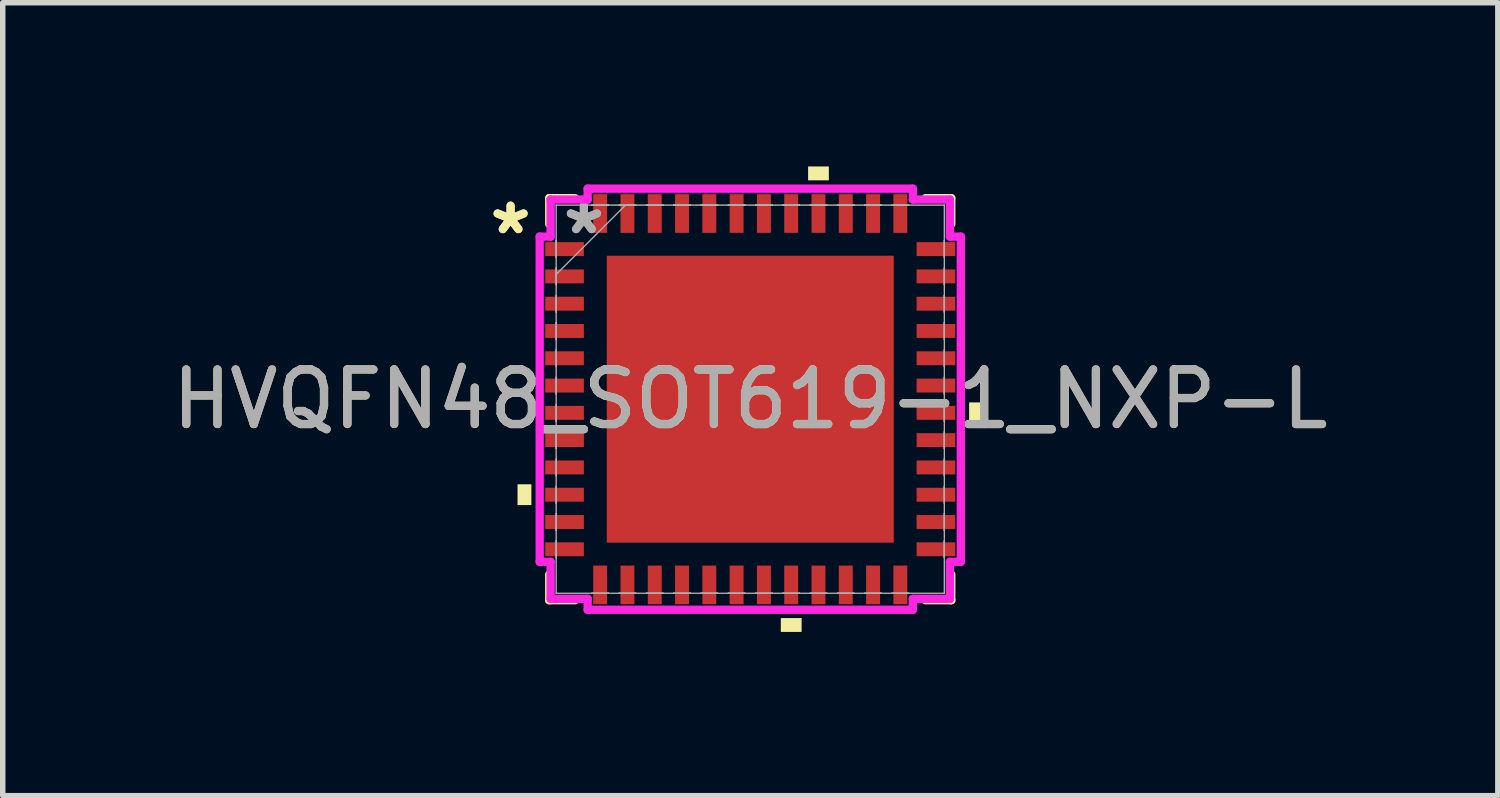
<source format=kicad_pcb>
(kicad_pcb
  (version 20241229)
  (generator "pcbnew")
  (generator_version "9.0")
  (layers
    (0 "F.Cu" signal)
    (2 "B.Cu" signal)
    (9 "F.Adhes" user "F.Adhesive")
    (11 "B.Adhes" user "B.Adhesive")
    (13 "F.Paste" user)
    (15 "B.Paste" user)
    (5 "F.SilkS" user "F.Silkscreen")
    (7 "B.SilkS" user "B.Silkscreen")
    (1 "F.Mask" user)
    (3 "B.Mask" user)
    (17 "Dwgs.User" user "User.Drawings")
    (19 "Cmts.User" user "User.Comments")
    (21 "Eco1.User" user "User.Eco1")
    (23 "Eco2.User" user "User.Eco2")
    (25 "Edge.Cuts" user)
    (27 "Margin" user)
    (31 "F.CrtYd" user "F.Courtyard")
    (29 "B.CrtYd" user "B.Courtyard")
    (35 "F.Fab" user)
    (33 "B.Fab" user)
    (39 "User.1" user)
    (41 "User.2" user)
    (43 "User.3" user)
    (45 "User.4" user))
  (footprint "HVQFN48_SOT619-1_NXP-L"
    (layer "F.Cu")
    (at 10.696 4.264)
    (property "Reference" "HVQFN48_SOT619-1_NXP-L" (at 0 0 0) (unlocked yes) (layer "F.SilkS") (effects (font (size 1 1) (thickness 0.15))))
    (attr smd)
    (fp_line (start -3.683 -3.683) (end -3.683 -3.21) (stroke (width 0.152) (type solid)) (layer "F.SilkS"))
    (fp_line (start -3.683 3.21) (end -3.683 3.683) (stroke (width 0.152) (type solid)) (layer "F.SilkS"))
    (fp_line (start -3.683 3.683) (end -3.21 3.683) (stroke (width 0.152) (type solid)) (layer "F.SilkS"))
    (fp_line (start -3.21 -3.683) (end -3.683 -3.683) (stroke (width 0.152) (type solid)) (layer "F.SilkS"))
    (fp_line (start 3.21 3.683) (end 3.683 3.683) (stroke (width 0.152) (type solid)) (layer "F.SilkS"))
    (fp_line (start 3.683 -3.683) (end 3.21 -3.683) (stroke (width 0.152) (type solid)) (layer "F.SilkS"))
    (fp_line (start 3.683 -3.21) (end 3.683 -3.683) (stroke (width 0.152) (type solid)) (layer "F.SilkS"))
    (fp_line (start 3.683 3.683) (end 3.683 3.21) (stroke (width 0.152) (type solid)) (layer "F.SilkS"))
    (fp_poly (pts (xy -4.264 1.559) (xy -4.264 1.94) (xy -4.01 1.94) (xy -4.01 1.559)) (stroke (width 0) (type solid)) (fill yes) (layer "F.SilkS"))
    (fp_poly (pts (xy 0.56 4.01) (xy 0.56 4.264) (xy 0.941 4.264) (xy 0.941 4.01)) (stroke (width 0) (type solid)) (fill yes) (layer "F.SilkS"))
    (fp_poly (pts (xy 1.06 -4.01) (xy 1.06 -4.264) (xy 1.44 -4.264) (xy 1.44 -4.01)) (stroke (width 0) (type solid)) (fill yes) (layer "F.SilkS"))
    (fp_poly (pts (xy 4.264 0.059) (xy 4.264 0.441) (xy 4.01 0.441) (xy 4.01 0.059)) (stroke (width 0) (type solid)) (fill yes) (layer "F.SilkS"))
    (fp_poly (pts (xy -2.529 -2.529) (xy -2.529 -1.414) (xy -1.414 -1.414) (xy -1.414 -2.529)) (stroke (width 0) (type solid)) (fill yes) (layer "F.Paste"))
    (fp_poly (pts (xy -2.529 -1.214) (xy -2.529 -0.1) (xy -1.414 -0.1) (xy -1.414 -1.214)) (stroke (width 0) (type solid)) (fill yes) (layer "F.Paste"))
    (fp_poly (pts (xy -2.529 0.1) (xy -2.529 1.214) (xy -1.414 1.214) (xy -1.414 0.1)) (stroke (width 0) (type solid)) (fill yes) (layer "F.Paste"))
    (fp_poly (pts (xy -2.529 1.414) (xy -2.529 2.529) (xy -1.414 2.529) (xy -1.414 1.414)) (stroke (width 0) (type solid)) (fill yes) (layer "F.Paste"))
    (fp_poly (pts (xy -1.214 -2.529) (xy -1.214 -1.414) (xy -0.1 -1.414) (xy -0.1 -2.529)) (stroke (width 0) (type solid)) (fill yes) (layer "F.Paste"))
    (fp_poly (pts (xy -1.214 -1.214) (xy -1.214 -0.1) (xy -0.1 -0.1) (xy -0.1 -1.214)) (stroke (width 0) (type solid)) (fill yes) (layer "F.Paste"))
    (fp_poly (pts (xy -1.214 0.1) (xy -1.214 1.214) (xy -0.1 1.214) (xy -0.1 0.1)) (stroke (width 0) (type solid)) (fill yes) (layer "F.Paste"))
    (fp_poly (pts (xy -1.214 1.414) (xy -1.214 2.529) (xy -0.1 2.529) (xy -0.1 1.414)) (stroke (width 0) (type solid)) (fill yes) (layer "F.Paste"))
    (fp_poly (pts (xy 0.1 -2.529) (xy 0.1 -1.414) (xy 1.214 -1.414) (xy 1.214 -2.529)) (stroke (width 0) (type solid)) (fill yes) (layer "F.Paste"))
    (fp_poly (pts (xy 0.1 -1.214) (xy 0.1 -0.1) (xy 1.214 -0.1) (xy 1.214 -1.214)) (stroke (width 0) (type solid)) (fill yes) (layer "F.Paste"))
    (fp_poly (pts (xy 0.1 0.1) (xy 0.1 1.214) (xy 1.214 1.214) (xy 1.214 0.1)) (stroke (width 0) (type solid)) (fill yes) (layer "F.Paste"))
    (fp_poly (pts (xy 0.1 1.414) (xy 0.1 2.529) (xy 1.214 2.529) (xy 1.214 1.414)) (stroke (width 0) (type solid)) (fill yes) (layer "F.Paste"))
    (fp_poly (pts (xy 1.414 -2.529) (xy 1.414 -1.414) (xy 2.529 -1.414) (xy 2.529 -2.529)) (stroke (width 0) (type solid)) (fill yes) (layer "F.Paste"))
    (fp_poly (pts (xy 1.414 -1.214) (xy 1.414 -0.1) (xy 2.529 -0.1) (xy 2.529 -1.214)) (stroke (width 0) (type solid)) (fill yes) (layer "F.Paste"))
    (fp_poly (pts (xy 1.414 0.1) (xy 1.414 1.214) (xy 2.529 1.214) (xy 2.529 0.1)) (stroke (width 0) (type solid)) (fill yes) (layer "F.Paste"))
    (fp_poly (pts (xy 1.414 1.414) (xy 1.414 2.529) (xy 2.529 2.529) (xy 2.529 1.414)) (stroke (width 0) (type solid)) (fill yes) (layer "F.Paste"))
    (fp_line (start -3.858 -2.979) (end -3.658 -2.979) (stroke (width 0.152) (type solid)) (layer "F.CrtYd"))
    (fp_line (start -3.858 2.979) (end -3.858 -2.979) (stroke (width 0.152) (type solid)) (layer "F.CrtYd"))
    (fp_line (start -3.658 -3.658) (end -2.979 -3.658) (stroke (width 0.152) (type solid)) (layer "F.CrtYd"))
    (fp_line (start -3.658 -2.979) (end -3.658 -3.658) (stroke (width 0.152) (type solid)) (layer "F.CrtYd"))
    (fp_line (start -3.658 2.979) (end -3.858 2.979) (stroke (width 0.152) (type solid)) (layer "F.CrtYd"))
    (fp_line (start -3.658 3.658) (end -3.658 2.979) (stroke (width 0.152) (type solid)) (layer "F.CrtYd"))
    (fp_line (start -2.979 -3.858) (end 2.979 -3.858) (stroke (width 0.152) (type solid)) (layer "F.CrtYd"))
    (fp_line (start -2.979 -3.658) (end -2.979 -3.858) (stroke (width 0.152) (type solid)) (layer "F.CrtYd"))
    (fp_line (start -2.979 3.658) (end -3.658 3.658) (stroke (width 0.152) (type solid)) (layer "F.CrtYd"))
    (fp_line (start -2.979 3.858) (end -2.979 3.658) (stroke (width 0.152) (type solid)) (layer "F.CrtYd"))
    (fp_line (start 2.979 -3.858) (end 2.979 -3.658) (stroke (width 0.152) (type solid)) (layer "F.CrtYd"))
    (fp_line (start 2.979 -3.658) (end 3.658 -3.658) (stroke (width 0.152) (type solid)) (layer "F.CrtYd"))
    (fp_line (start 2.979 3.658) (end 2.979 3.858) (stroke (width 0.152) (type solid)) (layer "F.CrtYd"))
    (fp_line (start 2.979 3.858) (end -2.979 3.858) (stroke (width 0.152) (type solid)) (layer "F.CrtYd"))
    (fp_line (start 3.658 -3.658) (end 3.658 -2.979) (stroke (width 0.152) (type solid)) (layer "F.CrtYd"))
    (fp_line (start 3.658 -2.979) (end 3.858 -2.979) (stroke (width 0.152) (type solid)) (layer "F.CrtYd"))
    (fp_line (start 3.658 2.979) (end 3.658 3.658) (stroke (width 0.152) (type solid)) (layer "F.CrtYd"))
    (fp_line (start 3.658 3.658) (end 2.979 3.658) (stroke (width 0.152) (type solid)) (layer "F.CrtYd"))
    (fp_line (start 3.858 -2.979) (end 3.858 2.979) (stroke (width 0.152) (type solid)) (layer "F.CrtYd"))
    (fp_line (start 3.858 2.979) (end 3.658 2.979) (stroke (width 0.152) (type solid)) (layer "F.CrtYd"))
    (fp_line (start -3.556 -3.556) (end -3.556 -3.556) (stroke (width 0.025) (type solid)) (layer "F.Fab"))
    (fp_line (start -3.556 -3.556) (end -3.556 3.556) (stroke (width 0.025) (type solid)) (layer "F.Fab"))
    (fp_line (start -3.556 -2.902) (end -3.556 -2.902) (stroke (width 0.025) (type solid)) (layer "F.Fab"))
    (fp_line (start -3.556 -2.902) (end -3.556 -2.598) (stroke (width 0.025) (type solid)) (layer "F.Fab"))
    (fp_line (start -3.556 -2.598) (end -3.556 -2.902) (stroke (width 0.025) (type solid)) (layer "F.Fab"))
    (fp_line (start -3.556 -2.598) (end -3.556 -2.598) (stroke (width 0.025) (type solid)) (layer "F.Fab"))
    (fp_line (start -3.556 -2.402) (end -3.556 -2.402) (stroke (width 0.025) (type solid)) (layer "F.Fab"))
    (fp_line (start -3.556 -2.402) (end -3.556 -2.098) (stroke (width 0.025) (type solid)) (layer "F.Fab"))
    (fp_line (start -3.556 -2.286) (end -2.286 -3.556) (stroke (width 0.025) (type solid)) (layer "F.Fab"))
    (fp_line (start -3.556 -2.098) (end -3.556 -2.402) (stroke (width 0.025) (type solid)) (layer "F.Fab"))
    (fp_line (start -3.556 -2.098) (end -3.556 -2.098) (stroke (width 0.025) (type solid)) (layer "F.Fab"))
    (fp_line (start -3.556 -1.902) (end -3.556 -1.902) (stroke (width 0.025) (type solid)) (layer "F.Fab"))
    (fp_line (start -3.556 -1.902) (end -3.556 -1.598) (stroke (width 0.025) (type solid)) (layer "F.Fab"))
    (fp_line (start -3.556 -1.598) (end -3.556 -1.902) (stroke (width 0.025) (type solid)) (layer "F.Fab"))
    (fp_line (start -3.556 -1.598) (end -3.556 -1.598) (stroke (width 0.025) (type solid)) (layer "F.Fab"))
    (fp_line (start -3.556 -1.402) (end -3.556 -1.402) (stroke (width 0.025) (type solid)) (layer "F.Fab"))
    (fp_line (start -3.556 -1.402) (end -3.556 -1.098) (stroke (width 0.025) (type solid)) (layer "F.Fab"))
    (fp_line (start -3.556 -1.098) (end -3.556 -1.402) (stroke (width 0.025) (type solid)) (layer "F.Fab"))
    (fp_line (start -3.556 -1.098) (end -3.556 -1.098) (stroke (width 0.025) (type solid)) (layer "F.Fab"))
    (fp_line (start -3.556 -0.902) (end -3.556 -0.902) (stroke (width 0.025) (type solid)) (layer "F.Fab"))
    (fp_line (start -3.556 -0.902) (end -3.556 -0.598) (stroke (width 0.025) (type solid)) (layer "F.Fab"))
    (fp_line (start -3.556 -0.598) (end -3.556 -0.902) (stroke (width 0.025) (type solid)) (layer "F.Fab"))
    (fp_line (start -3.556 -0.598) (end -3.556 -0.598) (stroke (width 0.025) (type solid)) (layer "F.Fab"))
    (fp_line (start -3.556 -0.402) (end -3.556 -0.402) (stroke (width 0.025) (type solid)) (layer "F.Fab"))
    (fp_line (start -3.556 -0.402) (end -3.556 -0.098) (stroke (width 0.025) (type solid)) (layer "F.Fab"))
    (fp_line (start -3.556 -0.098) (end -3.556 -0.402) (stroke (width 0.025) (type solid)) (layer "F.Fab"))
    (fp_line (start -3.556 -0.098) (end -3.556 -0.098) (stroke (width 0.025) (type solid)) (layer "F.Fab"))
    (fp_line (start -3.556 0.098) (end -3.556 0.098) (stroke (width 0.025) (type solid)) (layer "F.Fab"))
    (fp_line (start -3.556 0.098) (end -3.556 0.402) (stroke (width 0.025) (type solid)) (layer "F.Fab"))
    (fp_line (start -3.556 0.402) (end -3.556 0.098) (stroke (width 0.025) (type solid)) (layer "F.Fab"))
    (fp_line (start -3.556 0.402) (end -3.556 0.402) (stroke (width 0.025) (type solid)) (layer "F.Fab"))
    (fp_line (start -3.556 0.598) (end -3.556 0.598) (stroke (width 0.025) (type solid)) (layer "F.Fab"))
    (fp_line (start -3.556 0.598) (end -3.556 0.902) (stroke (width 0.025) (type solid)) (layer "F.Fab"))
    (fp_line (start -3.556 0.902) (end -3.556 0.598) (stroke (width 0.025) (type solid)) (layer "F.Fab"))
    (fp_line (start -3.556 0.902) (end -3.556 0.902) (stroke (width 0.025) (type solid)) (layer "F.Fab"))
    (fp_line (start -3.556 1.098) (end -3.556 1.098) (stroke (width 0.025) (type solid)) (layer "F.Fab"))
    (fp_line (start -3.556 1.098) (end -3.556 1.402) (stroke (width 0.025) (type solid)) (layer "F.Fab"))
    (fp_line (start -3.556 1.402) (end -3.556 1.098) (stroke (width 0.025) (type solid)) (layer "F.Fab"))
    (fp_line (start -3.556 1.402) (end -3.556 1.402) (stroke (width 0.025) (type solid)) (layer "F.Fab"))
    (fp_line (start -3.556 1.598) (end -3.556 1.598) (stroke (width 0.025) (type solid)) (layer "F.Fab"))
    (fp_line (start -3.556 1.598) (end -3.556 1.902) (stroke (width 0.025) (type solid)) (layer "F.Fab"))
    (fp_line (start -3.556 1.902) (end -3.556 1.598) (stroke (width 0.025) (type solid)) (layer "F.Fab"))
    (fp_line (start -3.556 1.902) (end -3.556 1.902) (stroke (width 0.025) (type solid)) (layer "F.Fab"))
    (fp_line (start -3.556 2.098) (end -3.556 2.098) (stroke (width 0.025) (type solid)) (layer "F.Fab"))
    (fp_line (start -3.556 2.098) (end -3.556 2.402) (stroke (width 0.025) (type solid)) (layer "F.Fab"))
    (fp_line (start -3.556 2.402) (end -3.556 2.098) (stroke (width 0.025) (type solid)) (layer "F.Fab"))
    (fp_line (start -3.556 2.402) (end -3.556 2.402) (stroke (width 0.025) (type solid)) (layer "F.Fab"))
    (fp_line (start -3.556 2.598) (end -3.556 2.598) (stroke (width 0.025) (type solid)) (layer "F.Fab"))
    (fp_line (start -3.556 2.598) (end -3.556 2.902) (stroke (width 0.025) (type solid)) (layer "F.Fab"))
    (fp_line (start -3.556 2.902) (end -3.556 2.598) (stroke (width 0.025) (type solid)) (layer "F.Fab"))
    (fp_line (start -3.556 2.902) (end -3.556 2.902) (stroke (width 0.025) (type solid)) (layer "F.Fab"))
    (fp_line (start -3.556 3.556) (end -3.556 3.556) (stroke (width 0.025) (type solid)) (layer "F.Fab"))
    (fp_line (start -3.556 3.556) (end 3.556 3.556) (stroke (width 0.025) (type solid)) (layer "F.Fab"))
    (fp_line (start -2.902 -3.556) (end -2.902 -3.556) (stroke (width 0.025) (type solid)) (layer "F.Fab"))
    (fp_line (start -2.902 -3.556) (end -2.598 -3.556) (stroke (width 0.025) (type solid)) (layer "F.Fab"))
    (fp_line (start -2.902 3.556) (end -2.902 3.556) (stroke (width 0.025) (type solid)) (layer "F.Fab"))
    (fp_line (start -2.902 3.556) (end -2.598 3.556) (stroke (width 0.025) (type solid)) (layer "F.Fab"))
    (fp_line (start -2.598 -3.556) (end -2.902 -3.556) (stroke (width 0.025) (type solid)) (layer "F.Fab"))
    (fp_line (start -2.598 -3.556) (end -2.598 -3.556) (stroke (width 0.025) (type solid)) (layer "F.Fab"))
    (fp_line (start -2.598 3.556) (end -2.902 3.556) (stroke (width 0.025) (type solid)) (layer "F.Fab"))
    (fp_line (start -2.598 3.556) (end -2.598 3.556) (stroke (width 0.025) (type solid)) (layer "F.Fab"))
    (fp_line (start -2.402 -3.556) (end -2.402 -3.556) (stroke (width 0.025) (type solid)) (layer "F.Fab"))
    (fp_line (start -2.402 -3.556) (end -2.098 -3.556) (stroke (width 0.025) (type solid)) (layer "F.Fab"))
    (fp_line (start -2.402 3.556) (end -2.402 3.556) (stroke (width 0.025) (type solid)) (layer "F.Fab"))
    (fp_line (start -2.402 3.556) (end -2.098 3.556) (stroke (width 0.025) (type solid)) (layer "F.Fab"))
    (fp_line (start -2.098 -3.556) (end -2.402 -3.556) (stroke (width 0.025) (type solid)) (layer "F.Fab"))
    (fp_line (start -2.098 -3.556) (end -2.098 -3.556) (stroke (width 0.025) (type solid)) (layer "F.Fab"))
    (fp_line (start -2.098 3.556) (end -2.402 3.556) (stroke (width 0.025) (type solid)) (layer "F.Fab"))
    (fp_line (start -2.098 3.556) (end -2.098 3.556) (stroke (width 0.025) (type solid)) (layer "F.Fab"))
    (fp_line (start -1.902 -3.556) (end -1.902 -3.556) (stroke (width 0.025) (type solid)) (layer "F.Fab"))
    (fp_line (start -1.902 -3.556) (end -1.598 -3.556) (stroke (width 0.025) (type solid)) (layer "F.Fab"))
    (fp_line (start -1.902 3.556) (end -1.902 3.556) (stroke (width 0.025) (type solid)) (layer "F.Fab"))
    (fp_line (start -1.902 3.556) (end -1.598 3.556) (stroke (width 0.025) (type solid)) (layer "F.Fab"))
    (fp_line (start -1.598 -3.556) (end -1.902 -3.556) (stroke (width 0.025) (type solid)) (layer "F.Fab"))
    (fp_line (start -1.598 -3.556) (end -1.598 -3.556) (stroke (width 0.025) (type solid)) (layer "F.Fab"))
    (fp_line (start -1.598 3.556) (end -1.902 3.556) (stroke (width 0.025) (type solid)) (layer "F.Fab"))
    (fp_line (start -1.598 3.556) (end -1.598 3.556) (stroke (width 0.025) (type solid)) (layer "F.Fab"))
    (fp_line (start -1.402 -3.556) (end -1.402 -3.556) (stroke (width 0.025) (type solid)) (layer "F.Fab"))
    (fp_line (start -1.402 -3.556) (end -1.098 -3.556) (stroke (width 0.025) (type solid)) (layer "F.Fab"))
    (fp_line (start -1.402 3.556) (end -1.402 3.556) (stroke (width 0.025) (type solid)) (layer "F.Fab"))
    (fp_line (start -1.402 3.556) (end -1.098 3.556) (stroke (width 0.025) (type solid)) (layer "F.Fab"))
    (fp_line (start -1.098 -3.556) (end -1.402 -3.556) (stroke (width 0.025) (type solid)) (layer "F.Fab"))
    (fp_line (start -1.098 -3.556) (end -1.098 -3.556) (stroke (width 0.025) (type solid)) (layer "F.Fab"))
    (fp_line (start -1.098 3.556) (end -1.402 3.556) (stroke (width 0.025) (type solid)) (layer "F.Fab"))
    (fp_line (start -1.098 3.556) (end -1.098 3.556) (stroke (width 0.025) (type solid)) (layer "F.Fab"))
    (fp_line (start -0.902 -3.556) (end -0.902 -3.556) (stroke (width 0.025) (type solid)) (layer "F.Fab"))
    (fp_line (start -0.902 -3.556) (end -0.598 -3.556) (stroke (width 0.025) (type solid)) (layer "F.Fab"))
    (fp_line (start -0.902 3.556) (end -0.902 3.556) (stroke (width 0.025) (type solid)) (layer "F.Fab"))
    (fp_line (start -0.902 3.556) (end -0.598 3.556) (stroke (width 0.025) (type solid)) (layer "F.Fab"))
    (fp_line (start -0.598 -3.556) (end -0.902 -3.556) (stroke (width 0.025) (type solid)) (layer "F.Fab"))
    (fp_line (start -0.598 -3.556) (end -0.598 -3.556) (stroke (width 0.025) (type solid)) (layer "F.Fab"))
    (fp_line (start -0.598 3.556) (end -0.902 3.556) (stroke (width 0.025) (type solid)) (layer "F.Fab"))
    (fp_line (start -0.598 3.556) (end -0.598 3.556) (stroke (width 0.025) (type solid)) (layer "F.Fab"))
    (fp_line (start -0.402 -3.556) (end -0.402 -3.556) (stroke (width 0.025) (type solid)) (layer "F.Fab"))
    (fp_line (start -0.402 -3.556) (end -0.098 -3.556) (stroke (width 0.025) (type solid)) (layer "F.Fab"))
    (fp_line (start -0.402 3.556) (end -0.402 3.556) (stroke (width 0.025) (type solid)) (layer "F.Fab"))
    (fp_line (start -0.402 3.556) (end -0.098 3.556) (stroke (width 0.025) (type solid)) (layer "F.Fab"))
    (fp_line (start -0.098 -3.556) (end -0.402 -3.556) (stroke (width 0.025) (type solid)) (layer "F.Fab"))
    (fp_line (start -0.098 -3.556) (end -0.098 -3.556) (stroke (width 0.025) (type solid)) (layer "F.Fab"))
    (fp_line (start -0.098 3.556) (end -0.402 3.556) (stroke (width 0.025) (type solid)) (layer "F.Fab"))
    (fp_line (start -0.098 3.556) (end -0.098 3.556) (stroke (width 0.025) (type solid)) (layer "F.Fab"))
    (fp_line (start 0.098 -3.556) (end 0.098 -3.556) (stroke (width 0.025) (type solid)) (layer "F.Fab"))
    (fp_line (start 0.098 -3.556) (end 0.402 -3.556) (stroke (width 0.025) (type solid)) (layer "F.Fab"))
    (fp_line (start 0.098 3.556) (end 0.098 3.556) (stroke (width 0.025) (type solid)) (layer "F.Fab"))
    (fp_line (start 0.098 3.556) (end 0.402 3.556) (stroke (width 0.025) (type solid)) (layer "F.Fab"))
    (fp_line (start 0.402 -3.556) (end 0.098 -3.556) (stroke (width 0.025) (type solid)) (layer "F.Fab"))
    (fp_line (start 0.402 -3.556) (end 0.402 -3.556) (stroke (width 0.025) (type solid)) (layer "F.Fab"))
    (fp_line (start 0.402 3.556) (end 0.098 3.556) (stroke (width 0.025) (type solid)) (layer "F.Fab"))
    (fp_line (start 0.402 3.556) (end 0.402 3.556) (stroke (width 0.025) (type solid)) (layer "F.Fab"))
    (fp_line (start 0.598 -3.556) (end 0.598 -3.556) (stroke (width 0.025) (type solid)) (layer "F.Fab"))
    (fp_line (start 0.598 -3.556) (end 0.902 -3.556) (stroke (width 0.025) (type solid)) (layer "F.Fab"))
    (fp_line (start 0.598 3.556) (end 0.598 3.556) (stroke (width 0.025) (type solid)) (layer "F.Fab"))
    (fp_line (start 0.598 3.556) (end 0.902 3.556) (stroke (width 0.025) (type solid)) (layer "F.Fab"))
    (fp_line (start 0.902 -3.556) (end 0.598 -3.556) (stroke (width 0.025) (type solid)) (layer "F.Fab"))
    (fp_line (start 0.902 -3.556) (end 0.902 -3.556) (stroke (width 0.025) (type solid)) (layer "F.Fab"))
    (fp_line (start 0.902 3.556) (end 0.598 3.556) (stroke (width 0.025) (type solid)) (layer "F.Fab"))
    (fp_line (start 0.902 3.556) (end 0.902 3.556) (stroke (width 0.025) (type solid)) (layer "F.Fab"))
    (fp_line (start 1.098 -3.556) (end 1.098 -3.556) (stroke (width 0.025) (type solid)) (layer "F.Fab"))
    (fp_line (start 1.098 -3.556) (end 1.402 -3.556) (stroke (width 0.025) (type solid)) (layer "F.Fab"))
    (fp_line (start 1.098 3.556) (end 1.098 3.556) (stroke (width 0.025) (type solid)) (layer "F.Fab"))
    (fp_line (start 1.098 3.556) (end 1.402 3.556) (stroke (width 0.025) (type solid)) (layer "F.Fab"))
    (fp_line (start 1.402 -3.556) (end 1.098 -3.556) (stroke (width 0.025) (type solid)) (layer "F.Fab"))
    (fp_line (start 1.402 -3.556) (end 1.402 -3.556) (stroke (width 0.025) (type solid)) (layer "F.Fab"))
    (fp_line (start 1.402 3.556) (end 1.098 3.556) (stroke (width 0.025) (type solid)) (layer "F.Fab"))
    (fp_line (start 1.402 3.556) (end 1.402 3.556) (stroke (width 0.025) (type solid)) (layer "F.Fab"))
    (fp_line (start 1.598 -3.556) (end 1.598 -3.556) (stroke (width 0.025) (type solid)) (layer "F.Fab"))
    (fp_line (start 1.598 -3.556) (end 1.902 -3.556) (stroke (width 0.025) (type solid)) (layer "F.Fab"))
    (fp_line (start 1.598 3.556) (end 1.598 3.556) (stroke (width 0.025) (type solid)) (layer "F.Fab"))
    (fp_line (start 1.598 3.556) (end 1.902 3.556) (stroke (width 0.025) (type solid)) (layer "F.Fab"))
    (fp_line (start 1.902 -3.556) (end 1.598 -3.556) (stroke (width 0.025) (type solid)) (layer "F.Fab"))
    (fp_line (start 1.902 -3.556) (end 1.902 -3.556) (stroke (width 0.025) (type solid)) (layer "F.Fab"))
    (fp_line (start 1.902 3.556) (end 1.598 3.556) (stroke (width 0.025) (type solid)) (layer "F.Fab"))
    (fp_line (start 1.902 3.556) (end 1.902 3.556) (stroke (width 0.025) (type solid)) (layer "F.Fab"))
    (fp_line (start 2.098 -3.556) (end 2.098 -3.556) (stroke (width 0.025) (type solid)) (layer "F.Fab"))
    (fp_line (start 2.098 -3.556) (end 2.402 -3.556) (stroke (width 0.025) (type solid)) (layer "F.Fab"))
    (fp_line (start 2.098 3.556) (end 2.098 3.556) (stroke (width 0.025) (type solid)) (layer "F.Fab"))
    (fp_line (start 2.098 3.556) (end 2.402 3.556) (stroke (width 0.025) (type solid)) (layer "F.Fab"))
    (fp_line (start 2.402 -3.556) (end 2.098 -3.556) (stroke (width 0.025) (type solid)) (layer "F.Fab"))
    (fp_line (start 2.402 -3.556) (end 2.402 -3.556) (stroke (width 0.025) (type solid)) (layer "F.Fab"))
    (fp_line (start 2.402 3.556) (end 2.098 3.556) (stroke (width 0.025) (type solid)) (layer "F.Fab"))
    (fp_line (start 2.402 3.556) (end 2.402 3.556) (stroke (width 0.025) (type solid)) (layer "F.Fab"))
    (fp_line (start 2.598 -3.556) (end 2.598 -3.556) (stroke (width 0.025) (type solid)) (layer "F.Fab"))
    (fp_line (start 2.598 -3.556) (end 2.902 -3.556) (stroke (width 0.025) (type solid)) (layer "F.Fab"))
    (fp_line (start 2.598 3.556) (end 2.598 3.556) (stroke (width 0.025) (type solid)) (layer "F.Fab"))
    (fp_line (start 2.598 3.556) (end 2.902 3.556) (stroke (width 0.025) (type solid)) (layer "F.Fab"))
    (fp_line (start 2.902 -3.556) (end 2.598 -3.556) (stroke (width 0.025) (type solid)) (layer "F.Fab"))
    (fp_line (start 2.902 -3.556) (end 2.902 -3.556) (stroke (width 0.025) (type solid)) (layer "F.Fab"))
    (fp_line (start 2.902 3.556) (end 2.598 3.556) (stroke (width 0.025) (type solid)) (layer "F.Fab"))
    (fp_line (start 2.902 3.556) (end 2.902 3.556) (stroke (width 0.025) (type solid)) (layer "F.Fab"))
    (fp_line (start 3.556 -3.556) (end -3.556 -3.556) (stroke (width 0.025) (type solid)) (layer "F.Fab"))
    (fp_line (start 3.556 -3.556) (end 3.556 -3.556) (stroke (width 0.025) (type solid)) (layer "F.Fab"))
    (fp_line (start 3.556 -2.902) (end 3.556 -2.902) (stroke (width 0.025) (type solid)) (layer "F.Fab"))
    (fp_line (start 3.556 -2.902) (end 3.556 -2.598) (stroke (width 0.025) (type solid)) (layer "F.Fab"))
    (fp_line (start 3.556 -2.598) (end 3.556 -2.902) (stroke (width 0.025) (type solid)) (layer "F.Fab"))
    (fp_line (start 3.556 -2.598) (end 3.556 -2.598) (stroke (width 0.025) (type solid)) (layer "F.Fab"))
    (fp_line (start 3.556 -2.402) (end 3.556 -2.402) (stroke (width 0.025) (type solid)) (layer "F.Fab"))
    (fp_line (start 3.556 -2.402) (end 3.556 -2.098) (stroke (width 0.025) (type solid)) (layer "F.Fab"))
    (fp_line (start 3.556 -2.098) (end 3.556 -2.402) (stroke (width 0.025) (type solid)) (layer "F.Fab"))
    (fp_line (start 3.556 -2.098) (end 3.556 -2.098) (stroke (width 0.025) (type solid)) (layer "F.Fab"))
    (fp_line (start 3.556 -1.902) (end 3.556 -1.902) (stroke (width 0.025) (type solid)) (layer "F.Fab"))
    (fp_line (start 3.556 -1.902) (end 3.556 -1.598) (stroke (width 0.025) (type solid)) (layer "F.Fab"))
    (fp_line (start 3.556 -1.598) (end 3.556 -1.902) (stroke (width 0.025) (type solid)) (layer "F.Fab"))
    (fp_line (start 3.556 -1.598) (end 3.556 -1.598) (stroke (width 0.025) (type solid)) (layer "F.Fab"))
    (fp_line (start 3.556 -1.402) (end 3.556 -1.402) (stroke (width 0.025) (type solid)) (layer "F.Fab"))
    (fp_line (start 3.556 -1.402) (end 3.556 -1.098) (stroke (width 0.025) (type solid)) (layer "F.Fab"))
    (fp_line (start 3.556 -1.098) (end 3.556 -1.402) (stroke (width 0.025) (type solid)) (layer "F.Fab"))
    (fp_line (start 3.556 -1.098) (end 3.556 -1.098) (stroke (width 0.025) (type solid)) (layer "F.Fab"))
    (fp_line (start 3.556 -0.902) (end 3.556 -0.902) (stroke (width 0.025) (type solid)) (layer "F.Fab"))
    (fp_line (start 3.556 -0.902) (end 3.556 -0.598) (stroke (width 0.025) (type solid)) (layer "F.Fab"))
    (fp_line (start 3.556 -0.598) (end 3.556 -0.902) (stroke (width 0.025) (type solid)) (layer "F.Fab"))
    (fp_line (start 3.556 -0.598) (end 3.556 -0.598) (stroke (width 0.025) (type solid)) (layer "F.Fab"))
    (fp_line (start 3.556 -0.402) (end 3.556 -0.402) (stroke (width 0.025) (type solid)) (layer "F.Fab"))
    (fp_line (start 3.556 -0.402) (end 3.556 -0.098) (stroke (width 0.025) (type solid)) (layer "F.Fab"))
    (fp_line (start 3.556 -0.098) (end 3.556 -0.402) (stroke (width 0.025) (type solid)) (layer "F.Fab"))
    (fp_line (start 3.556 -0.098) (end 3.556 -0.098) (stroke (width 0.025) (type solid)) (layer "F.Fab"))
    (fp_line (start 3.556 0.098) (end 3.556 0.098) (stroke (width 0.025) (type solid)) (layer "F.Fab"))
    (fp_line (start 3.556 0.098) (end 3.556 0.402) (stroke (width 0.025) (type solid)) (layer "F.Fab"))
    (fp_line (start 3.556 0.402) (end 3.556 0.098) (stroke (width 0.025) (type solid)) (layer "F.Fab"))
    (fp_line (start 3.556 0.402) (end 3.556 0.402) (stroke (width 0.025) (type solid)) (layer "F.Fab"))
    (fp_line (start 3.556 0.598) (end 3.556 0.598) (stroke (width 0.025) (type solid)) (layer "F.Fab"))
    (fp_line (start 3.556 0.598) (end 3.556 0.902) (stroke (width 0.025) (type solid)) (layer "F.Fab"))
    (fp_line (start 3.556 0.902) (end 3.556 0.598) (stroke (width 0.025) (type solid)) (layer "F.Fab"))
    (fp_line (start 3.556 0.902) (end 3.556 0.902) (stroke (width 0.025) (type solid)) (layer "F.Fab"))
    (fp_line (start 3.556 1.098) (end 3.556 1.098) (stroke (width 0.025) (type solid)) (layer "F.Fab"))
    (fp_line (start 3.556 1.098) (end 3.556 1.402) (stroke (width 0.025) (type solid)) (layer "F.Fab"))
    (fp_line (start 3.556 1.402) (end 3.556 1.098) (stroke (width 0.025) (type solid)) (layer "F.Fab"))
    (fp_line (start 3.556 1.402) (end 3.556 1.402) (stroke (width 0.025) (type solid)) (layer "F.Fab"))
    (fp_line (start 3.556 1.598) (end 3.556 1.598) (stroke (width 0.025) (type solid)) (layer "F.Fab"))
    (fp_line (start 3.556 1.598) (end 3.556 1.902) (stroke (width 0.025) (type solid)) (layer "F.Fab"))
    (fp_line (start 3.556 1.902) (end 3.556 1.598) (stroke (width 0.025) (type solid)) (layer "F.Fab"))
    (fp_line (start 3.556 1.902) (end 3.556 1.902) (stroke (width 0.025) (type solid)) (layer "F.Fab"))
    (fp_line (start 3.556 2.098) (end 3.556 2.098) (stroke (width 0.025) (type solid)) (layer "F.Fab"))
    (fp_line (start 3.556 2.098) (end 3.556 2.402) (stroke (width 0.025) (type solid)) (layer "F.Fab"))
    (fp_line (start 3.556 2.402) (end 3.556 2.098) (stroke (width 0.025) (type solid)) (layer "F.Fab"))
    (fp_line (start 3.556 2.402) (end 3.556 2.402) (stroke (width 0.025) (type solid)) (layer "F.Fab"))
    (fp_line (start 3.556 2.598) (end 3.556 2.598) (stroke (width 0.025) (type solid)) (layer "F.Fab"))
    (fp_line (start 3.556 2.598) (end 3.556 2.902) (stroke (width 0.025) (type solid)) (layer "F.Fab"))
    (fp_line (start 3.556 2.902) (end 3.556 2.598) (stroke (width 0.025) (type solid)) (layer "F.Fab"))
    (fp_line (start 3.556 2.902) (end 3.556 2.902) (stroke (width 0.025) (type solid)) (layer "F.Fab"))
    (fp_line (start 3.556 3.556) (end 3.556 -3.556) (stroke (width 0.025) (type solid)) (layer "F.Fab"))
    (fp_line (start 3.556 3.556) (end 3.556 3.556) (stroke (width 0.025) (type solid)) (layer "F.Fab"))
    (fp_text user "*" (at -4.391 -3 0) (unlocked yes) (layer "F.SilkS") (effects (font (size 1 1) (thickness 0.15))))
    (fp_text user "*" (at -4.391 -3 0) (layer "F.SilkS") (effects (font (size 1 1) (thickness 0.15))))
    (fp_text user "*" (at -3.048 -3 0) (unlocked yes) (layer "F.Fab") (effects (font (size 1 1) (thickness 0.15))))
    (fp_text user "*" (at -3.048 -3 0) (layer "F.Fab") (effects (font (size 1 1) (thickness 0.15))))
    (fp_text user "${REFERENCE}" (at 0 0 0) (unlocked yes) (layer "F.Fab") (effects (font (size 1 1) (thickness 0.15))))
    (pad "1" smd rect (at -3.402 -2.75 90) (size 0.255 0.708) (layers "F.Cu" "F.Mask" "F.Paste"))
    (pad "2" smd rect (at -3.402 -2.25 90) (size 0.255 0.708) (layers "F.Cu" "F.Mask" "F.Paste"))
    (pad "3" smd rect (at -3.402 -1.75 90) (size 0.255 0.708) (layers "F.Cu" "F.Mask" "F.Paste"))
    (pad "4" smd rect (at -3.402 -1.25 90) (size 0.255 0.708) (layers "F.Cu" "F.Mask" "F.Paste"))
    (pad "5" smd rect (at -3.402 -0.75 90) (size 0.255 0.708) (layers "F.Cu" "F.Mask" "F.Paste"))
    (pad "6" smd rect (at -3.402 -0.25 90) (size 0.255 0.708) (layers "F.Cu" "F.Mask" "F.Paste"))
    (pad "7" smd rect (at -3.402 0.25 90) (size 0.255 0.708) (layers "F.Cu" "F.Mask" "F.Paste"))
    (pad "8" smd rect (at -3.402 0.75 90) (size 0.255 0.708) (layers "F.Cu" "F.Mask" "F.Paste"))
    (pad "9" smd rect (at -3.402 1.25 90) (size 0.255 0.708) (layers "F.Cu" "F.Mask" "F.Paste"))
    (pad "10" smd rect (at -3.402 1.75 90) (size 0.255 0.708) (layers "F.Cu" "F.Mask" "F.Paste"))
    (pad "11" smd rect (at -3.402 2.25 90) (size 0.255 0.708) (layers "F.Cu" "F.Mask" "F.Paste"))
    (pad "12" smd rect (at -3.402 2.75 90) (size 0.255 0.708) (layers "F.Cu" "F.Mask" "F.Paste"))
    (pad "13" smd rect (at -2.75 3.402) (size 0.255 0.708) (layers "F.Cu" "F.Mask" "F.Paste"))
    (pad "14" smd rect (at -2.25 3.402) (size 0.255 0.708) (layers "F.Cu" "F.Mask" "F.Paste"))
    (pad "15" smd rect (at -1.75 3.402) (size 0.255 0.708) (layers "F.Cu" "F.Mask" "F.Paste"))
    (pad "16" smd rect (at -1.25 3.402) (size 0.255 0.708) (layers "F.Cu" "F.Mask" "F.Paste"))
    (pad "17" smd rect (at -0.75 3.402) (size 0.255 0.708) (layers "F.Cu" "F.Mask" "F.Paste"))
    (pad "18" smd rect (at -0.25 3.402) (size 0.255 0.708) (layers "F.Cu" "F.Mask" "F.Paste"))
    (pad "19" smd rect (at 0.25 3.402) (size 0.255 0.708) (layers "F.Cu" "F.Mask" "F.Paste"))
    (pad "20" smd rect (at 0.75 3.402) (size 0.255 0.708) (layers "F.Cu" "F.Mask" "F.Paste"))
    (pad "21" smd rect (at 1.25 3.402) (size 0.255 0.708) (layers "F.Cu" "F.Mask" "F.Paste"))
    (pad "22" smd rect (at 1.75 3.402) (size 0.255 0.708) (layers "F.Cu" "F.Mask" "F.Paste"))
    (pad "23" smd rect (at 2.25 3.402) (size 0.255 0.708) (layers "F.Cu" "F.Mask" "F.Paste"))
    (pad "24" smd rect (at 2.75 3.402) (size 0.255 0.708) (layers "F.Cu" "F.Mask" "F.Paste"))
    (pad "25" smd rect (at 3.402 2.75 90) (size 0.255 0.708) (layers "F.Cu" "F.Mask" "F.Paste"))
    (pad "26" smd rect (at 3.402 2.25 90) (size 0.255 0.708) (layers "F.Cu" "F.Mask" "F.Paste"))
    (pad "27" smd rect (at 3.402 1.75 90) (size 0.255 0.708) (layers "F.Cu" "F.Mask" "F.Paste"))
    (pad "28" smd rect (at 3.402 1.25 90) (size 0.255 0.708) (layers "F.Cu" "F.Mask" "F.Paste"))
    (pad "29" smd rect (at 3.402 0.75 90) (size 0.255 0.708) (layers "F.Cu" "F.Mask" "F.Paste"))
    (pad "30" smd rect (at 3.402 0.25 90) (size 0.255 0.708) (layers "F.Cu" "F.Mask" "F.Paste"))
    (pad "31" smd rect (at 3.402 -0.25 90) (size 0.255 0.708) (layers "F.Cu" "F.Mask" "F.Paste"))
    (pad "32" smd rect (at 3.402 -0.75 90) (size 0.255 0.708) (layers "F.Cu" "F.Mask" "F.Paste"))
    (pad "33" smd rect (at 3.402 -1.25 90) (size 0.255 0.708) (layers "F.Cu" "F.Mask" "F.Paste"))
    (pad "34" smd rect (at 3.402 -1.75 90) (size 0.255 0.708) (layers "F.Cu" "F.Mask" "F.Paste"))
    (pad "35" smd rect (at 3.402 -2.25 90) (size 0.255 0.708) (layers "F.Cu" "F.Mask" "F.Paste"))
    (pad "36" smd rect (at 3.402 -2.75 90) (size 0.255 0.708) (layers "F.Cu" "F.Mask" "F.Paste"))
    (pad "37" smd rect (at 2.75 -3.402) (size 0.255 0.708) (layers "F.Cu" "F.Mask" "F.Paste"))
    (pad "38" smd rect (at 2.25 -3.402) (size 0.255 0.708) (layers "F.Cu" "F.Mask" "F.Paste"))
    (pad "39" smd rect (at 1.75 -3.402) (size 0.255 0.708) (layers "F.Cu" "F.Mask" "F.Paste"))
    (pad "40" smd rect (at 1.25 -3.402) (size 0.255 0.708) (layers "F.Cu" "F.Mask" "F.Paste"))
    (pad "41" smd rect (at 0.75 -3.402) (size 0.255 0.708) (layers "F.Cu" "F.Mask" "F.Paste"))
    (pad "42" smd rect (at 0.25 -3.402) (size 0.255 0.708) (layers "F.Cu" "F.Mask" "F.Paste"))
    (pad "43" smd rect (at -0.25 -3.402) (size 0.255 0.708) (layers "F.Cu" "F.Mask" "F.Paste"))
    (pad "44" smd rect (at -0.75 -3.402) (size 0.255 0.708) (layers "F.Cu" "F.Mask" "F.Paste"))
    (pad "45" smd rect (at -1.25 -3.402) (size 0.255 0.708) (layers "F.Cu" "F.Mask" "F.Paste"))
    (pad "46" smd rect (at -1.75 -3.402) (size 0.255 0.708) (layers "F.Cu" "F.Mask" "F.Paste"))
    (pad "47" smd rect (at -2.25 -3.402) (size 0.255 0.708) (layers "F.Cu" "F.Mask" "F.Paste"))
    (pad "48" smd rect (at -2.75 -3.402) (size 0.255 0.708) (layers "F.Cu" "F.Mask" "F.Paste"))
    (pad "49" smd rect (at 0 0) (size 5.258 5.258) (layers "F.Cu" "F.Mask")))
  (gr_rect
    (start -3 -3)
    (end 24.393 11.528)
    (stroke (width 0.1) (type default))
    (fill no)
    (layer "Edge.Cuts")))
</source>
